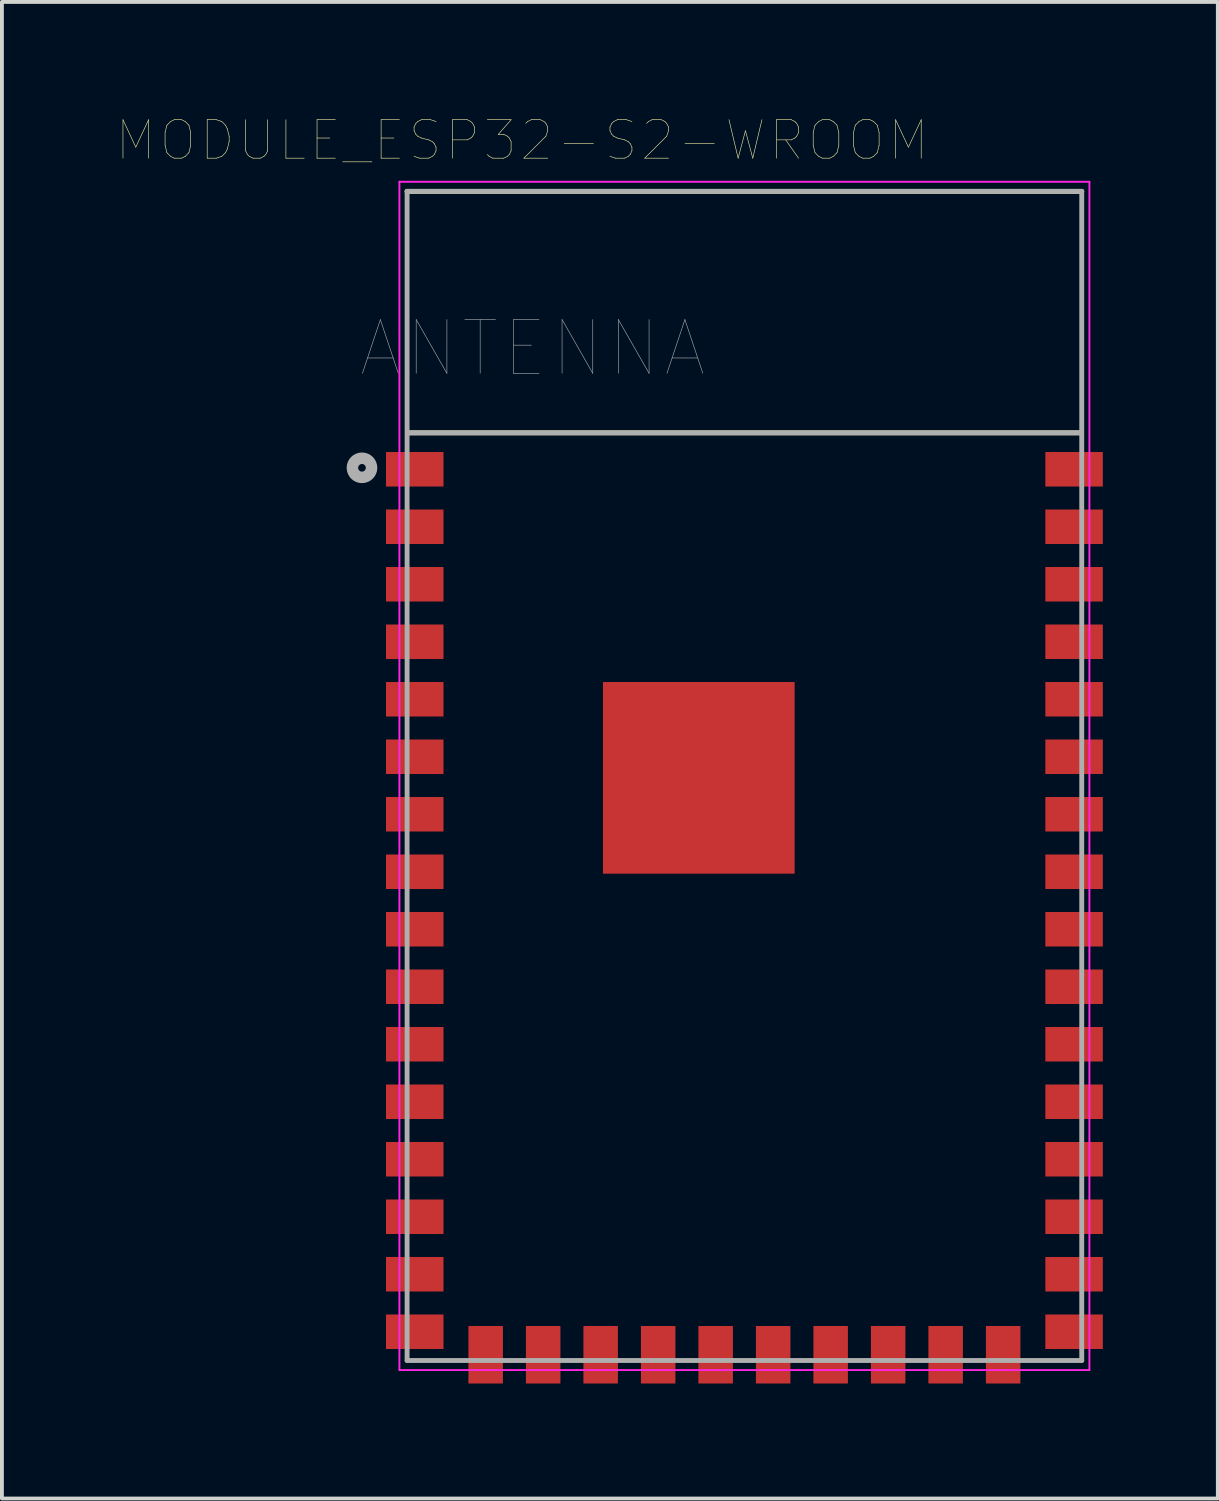
<source format=kicad_pcb>
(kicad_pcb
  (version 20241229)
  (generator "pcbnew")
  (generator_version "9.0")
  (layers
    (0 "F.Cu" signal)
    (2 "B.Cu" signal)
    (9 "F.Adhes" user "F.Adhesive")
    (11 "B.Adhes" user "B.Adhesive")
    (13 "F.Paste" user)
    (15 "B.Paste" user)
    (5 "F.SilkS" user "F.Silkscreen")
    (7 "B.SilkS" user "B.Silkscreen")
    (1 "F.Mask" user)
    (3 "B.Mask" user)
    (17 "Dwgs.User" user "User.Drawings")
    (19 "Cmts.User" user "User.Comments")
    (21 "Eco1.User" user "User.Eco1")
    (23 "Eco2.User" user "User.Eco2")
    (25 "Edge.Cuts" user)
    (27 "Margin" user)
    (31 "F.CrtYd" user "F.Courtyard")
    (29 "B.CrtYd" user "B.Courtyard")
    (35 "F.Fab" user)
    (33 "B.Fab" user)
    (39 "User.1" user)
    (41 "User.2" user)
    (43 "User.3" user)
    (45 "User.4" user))
  (footprint "MODULE_ESP32-S2-WROOM"
    (layer "F.Cu")
    (at 7.37 32.692)
    (property "Reference" "MODULE_ESP32-S2-WROOM" (at 3.2 -32.079 0) (layer "F.SilkS") (effects (font (size 1.003 1.003) (thickness 0.015))))
    (attr through_hole)
    (fp_line (start 0.2 -30.75) (end 17.8 -30.75) (stroke (width 0.127) (type solid)) (layer "F.SilkS"))
    (fp_line (start 0.24 -24.45) (end 17.76 -24.45) (stroke (width 0.127) (type solid)) (layer "F.SilkS"))
    (fp_poly (pts (xy 6.2 -17.1) (xy 9.4 -17.1) (xy 9.4 -13.9) (xy 6.2 -13.9)) (stroke (width 0.01) (type solid)) (fill yes) (layer "F.Paste"))
    (fp_line (start 0 -31) (end 18 -31) (stroke (width 0.05) (type solid)) (layer "F.CrtYd"))
    (fp_line (start 0 0) (end 0 -31) (stroke (width 0.05) (type solid)) (layer "F.CrtYd"))
    (fp_line (start 0 0) (end 18 0) (stroke (width 0.05) (type solid)) (layer "F.CrtYd"))
    (fp_line (start 18 -31) (end 18 0) (stroke (width 0.05) (type solid)) (layer "F.CrtYd"))
    (fp_line (start 0.2 -30.75) (end 17.8 -30.75) (stroke (width 0.127) (type solid)) (layer "F.Fab"))
    (fp_line (start 0.2 -0.25) (end 0.2 -30.75) (stroke (width 0.127) (type solid)) (layer "F.Fab"))
    (fp_line (start 0.24 -24.45) (end 17.76 -24.45) (stroke (width 0.127) (type solid)) (layer "F.Fab"))
    (fp_line (start 17.8 -30.75) (end 17.8 -0.25) (stroke (width 0.127) (type solid)) (layer "F.Fab"))
    (fp_line (start 17.8 -0.25) (end 0.2 -0.25) (stroke (width 0.127) (type solid)) (layer "F.Fab"))
    (fp_circle (center -0.977 -23.538) (end -0.877 -23.538) (stroke (width 0.3) (type solid)) (fill no) (layer "F.Fab"))
    (fp_text user "ANTENNA" (at 3.475 -26.651 0) (layer "F.Fab") (effects (font (size 1.402 1.402) (thickness 0.015))))
    (pad "1" smd rect (at 0.4 -23.5) (size 1.5 0.9) (layers "F.Cu" "F.Mask" "F.Paste"))
    (pad "2" smd rect (at 0.4 -22) (size 1.5 0.9) (layers "F.Cu" "F.Mask" "F.Paste"))
    (pad "3" smd rect (at 0.4 -20.5) (size 1.5 0.9) (layers "F.Cu" "F.Mask" "F.Paste"))
    (pad "4" smd rect (at 0.4 -19) (size 1.5 0.9) (layers "F.Cu" "F.Mask" "F.Paste"))
    (pad "5" smd rect (at 0.4 -17.5) (size 1.5 0.9) (layers "F.Cu" "F.Mask" "F.Paste"))
    (pad "6" smd rect (at 0.4 -16) (size 1.5 0.9) (layers "F.Cu" "F.Mask" "F.Paste"))
    (pad "7" smd rect (at 0.4 -14.5) (size 1.5 0.9) (layers "F.Cu" "F.Mask" "F.Paste"))
    (pad "8" smd rect (at 0.4 -13) (size 1.5 0.9) (layers "F.Cu" "F.Mask" "F.Paste"))
    (pad "9" smd rect (at 0.4 -11.5) (size 1.5 0.9) (layers "F.Cu" "F.Mask" "F.Paste"))
    (pad "10" smd rect (at 0.4 -10) (size 1.5 0.9) (layers "F.Cu" "F.Mask" "F.Paste"))
    (pad "11" smd rect (at 0.4 -8.5) (size 1.5 0.9) (layers "F.Cu" "F.Mask" "F.Paste"))
    (pad "12" smd rect (at 0.4 -7) (size 1.5 0.9) (layers "F.Cu" "F.Mask" "F.Paste"))
    (pad "13" smd rect (at 0.4 -5.5) (size 1.5 0.9) (layers "F.Cu" "F.Mask" "F.Paste"))
    (pad "14" smd rect (at 0.4 -4) (size 1.5 0.9) (layers "F.Cu" "F.Mask" "F.Paste"))
    (pad "15" smd rect (at 0.4 -2.5) (size 1.5 0.9) (layers "F.Cu" "F.Mask" "F.Paste"))
    (pad "16" smd rect (at 0.4 -1) (size 1.5 0.9) (layers "F.Cu" "F.Mask" "F.Paste"))
    (pad "17" smd rect (at 2.25 -0.4) (size 0.9 1.5) (layers "F.Cu" "F.Mask" "F.Paste"))
    (pad "18" smd rect (at 3.75 -0.4) (size 0.9 1.5) (layers "F.Cu" "F.Mask" "F.Paste"))
    (pad "19" smd rect (at 5.25 -0.4) (size 0.9 1.5) (layers "F.Cu" "F.Mask" "F.Paste"))
    (pad "20" smd rect (at 6.75 -0.4) (size 0.9 1.5) (layers "F.Cu" "F.Mask" "F.Paste"))
    (pad "21" smd rect (at 8.25 -0.4) (size 0.9 1.5) (layers "F.Cu" "F.Mask" "F.Paste"))
    (pad "22" smd rect (at 9.75 -0.4) (size 0.9 1.5) (layers "F.Cu" "F.Mask" "F.Paste"))
    (pad "23" smd rect (at 11.25 -0.4) (size 0.9 1.5) (layers "F.Cu" "F.Mask" "F.Paste"))
    (pad "24" smd rect (at 12.75 -0.4) (size 0.9 1.5) (layers "F.Cu" "F.Mask" "F.Paste"))
    (pad "25" smd rect (at 14.25 -0.4) (size 0.9 1.5) (layers "F.Cu" "F.Mask" "F.Paste"))
    (pad "26" smd rect (at 15.75 -0.4) (size 0.9 1.5) (layers "F.Cu" "F.Mask" "F.Paste"))
    (pad "27" smd rect (at 17.6 -1) (size 1.5 0.9) (layers "F.Cu" "F.Mask" "F.Paste"))
    (pad "28" smd rect (at 17.6 -2.5) (size 1.5 0.9) (layers "F.Cu" "F.Mask" "F.Paste"))
    (pad "29" smd rect (at 17.6 -4) (size 1.5 0.9) (layers "F.Cu" "F.Mask" "F.Paste"))
    (pad "30" smd rect (at 17.6 -5.5) (size 1.5 0.9) (layers "F.Cu" "F.Mask" "F.Paste"))
    (pad "31" smd rect (at 17.6 -7) (size 1.5 0.9) (layers "F.Cu" "F.Mask" "F.Paste"))
    (pad "32" smd rect (at 17.6 -8.5) (size 1.5 0.9) (layers "F.Cu" "F.Mask" "F.Paste"))
    (pad "33" smd rect (at 17.6 -10) (size 1.5 0.9) (layers "F.Cu" "F.Mask" "F.Paste"))
    (pad "34" smd rect (at 17.6 -11.5) (size 1.5 0.9) (layers "F.Cu" "F.Mask" "F.Paste"))
    (pad "35" smd rect (at 17.6 -13) (size 1.5 0.9) (layers "F.Cu" "F.Mask" "F.Paste"))
    (pad "36" smd rect (at 17.6 -14.5) (size 1.5 0.9) (layers "F.Cu" "F.Mask" "F.Paste"))
    (pad "37" smd rect (at 17.6 -16) (size 1.5 0.9) (layers "F.Cu" "F.Mask" "F.Paste"))
    (pad "38" smd rect (at 17.6 -17.5) (size 1.5 0.9) (layers "F.Cu" "F.Mask" "F.Paste"))
    (pad "39" smd rect (at 17.6 -19) (size 1.5 0.9) (layers "F.Cu" "F.Mask" "F.Paste"))
    (pad "40" smd rect (at 17.6 -20.5) (size 1.5 0.9) (layers "F.Cu" "F.Mask" "F.Paste"))
    (pad "41" smd rect (at 17.6 -22) (size 1.5 0.9) (layers "F.Cu" "F.Mask" "F.Paste"))
    (pad "42" smd rect (at 17.6 -23.5) (size 1.5 0.9) (layers "F.Cu" "F.Mask" "F.Paste"))
    (pad "43" smd rect (at 7.81 -15.45) (size 5 5) (layers "F.Cu" "F.Mask")))
  (gr_rect
    (start -3 -3)
    (end 28.72 36.042)
    (stroke (width 0.1) (type default))
    (fill no)
    (layer "Edge.Cuts")))
</source>
